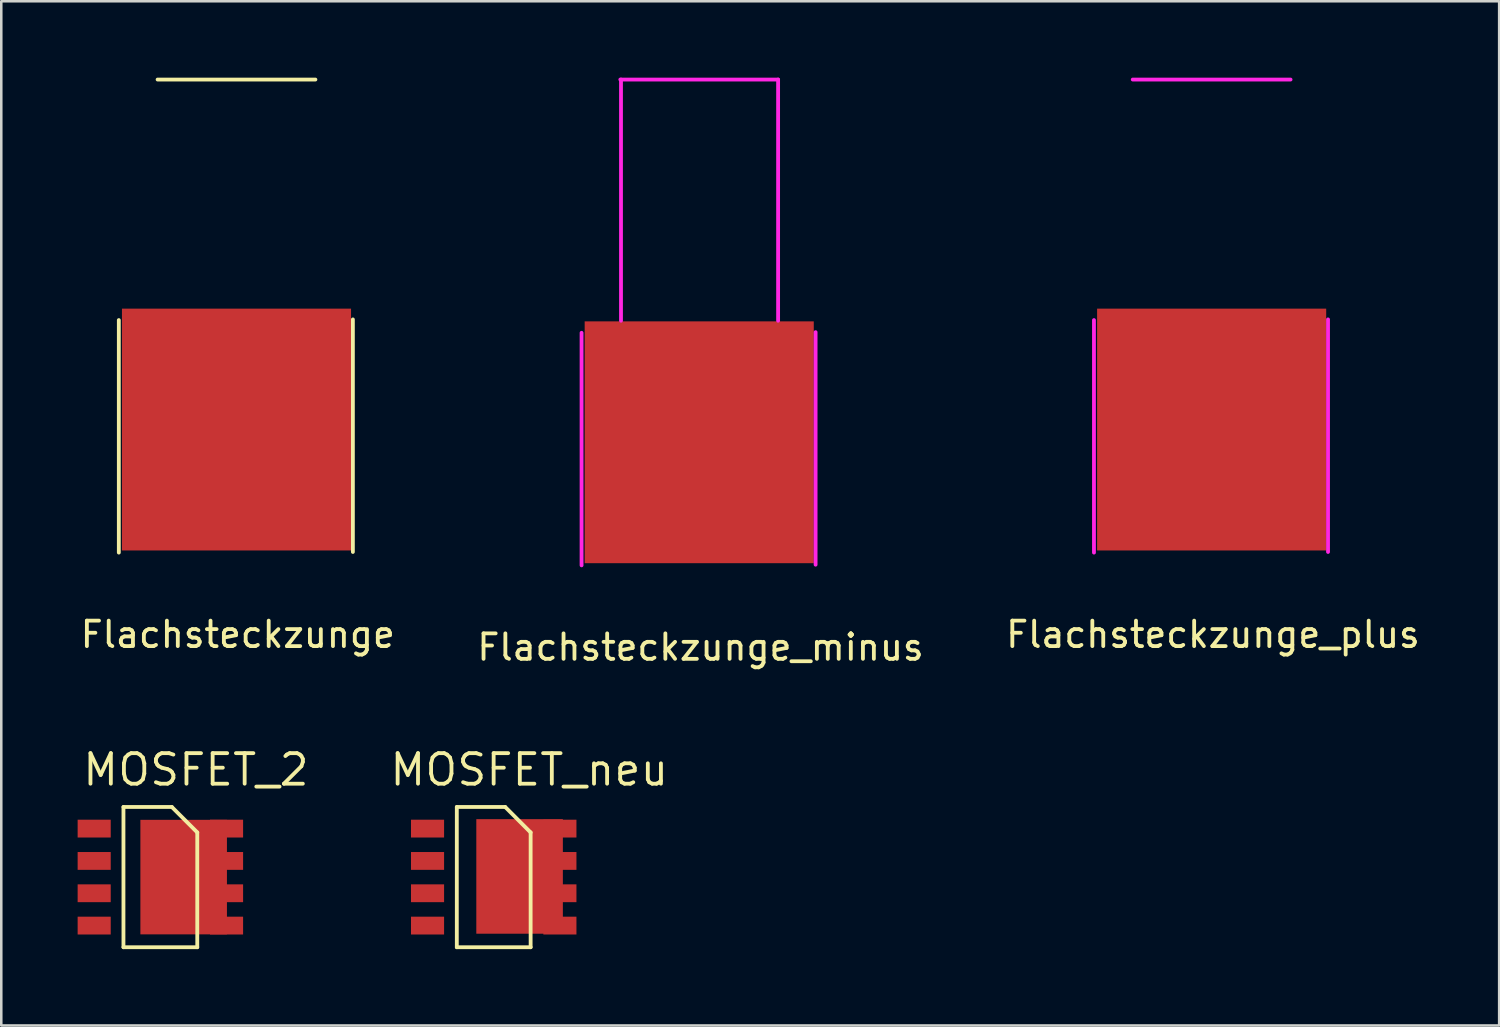
<source format=kicad_pcb>
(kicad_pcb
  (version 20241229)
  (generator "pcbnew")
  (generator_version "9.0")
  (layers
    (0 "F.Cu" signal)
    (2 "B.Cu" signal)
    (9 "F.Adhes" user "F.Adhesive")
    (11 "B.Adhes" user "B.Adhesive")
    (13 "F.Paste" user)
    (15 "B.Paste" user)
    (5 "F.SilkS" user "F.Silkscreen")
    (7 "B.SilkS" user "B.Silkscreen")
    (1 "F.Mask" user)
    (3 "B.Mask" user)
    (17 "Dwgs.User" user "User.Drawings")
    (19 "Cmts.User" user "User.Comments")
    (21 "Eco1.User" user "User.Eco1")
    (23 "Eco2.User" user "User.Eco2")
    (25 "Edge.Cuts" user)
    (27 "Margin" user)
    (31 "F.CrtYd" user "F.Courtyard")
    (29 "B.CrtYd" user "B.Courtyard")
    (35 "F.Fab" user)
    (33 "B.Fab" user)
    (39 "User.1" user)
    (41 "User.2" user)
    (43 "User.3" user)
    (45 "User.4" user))
  (footprint "MOSFET_2"
    (layer "F.Cu")
    (at 0.634 29.527)
    (property "Reference" "MOSFET_2" (at 4.013 -2.337 0) (layer "F.SilkS") (effects (font (size 1.2 1.2) (thickness 0.15))))
    (attr through_hole)
    (fp_line (start 1.166 -0.875) (end 1.166 4.635) (stroke (width 0.15) (type solid)) (layer "F.SilkS"))
    (fp_line (start 1.166 4.635) (end 4.066 4.635) (stroke (width 0.15) (type solid)) (layer "F.SilkS"))
    (fp_line (start 3.066 -0.875) (end 1.166 -0.875) (stroke (width 0.15) (type solid)) (layer "F.SilkS"))
    (fp_line (start 4.066 0.125) (end 3.066 -0.875) (stroke (width 0.15) (type solid)) (layer "F.SilkS"))
    (fp_line (start 4.066 4.635) (end 4.066 0.125) (stroke (width 0.15) (type solid)) (layer "F.SilkS"))
    (pad "1" smd rect (at 0.016 -0.025 270) (size 0.7 1.3) (layers "F.Cu" "F.Mask" "F.Paste"))
    (pad "2" smd rect (at 0.016 1.245 270) (size 0.7 1.3) (layers "F.Cu" "F.Mask" "F.Paste"))
    (pad "3" smd rect (at 0.016 2.515 270) (size 0.7 1.3) (layers "F.Cu" "F.Mask" "F.Paste"))
    (pad "4" smd rect (at 0.016 3.785 270) (size 0.7 1.3) (layers "F.Cu" "F.Mask" "F.Paste"))
    (pad "5" smd rect (at 5.216 3.785 270) (size 0.7 1.3) (layers "F.Cu" "F.Mask" "F.Paste"))
    (pad "6" smd rect (at 5.216 2.515 270) (size 0.7 1.3) (layers "F.Cu" "F.Mask" "F.Paste"))
    (pad "7" smd rect (at 5.216 1.245 270) (size 0.7 1.3) (layers "F.Cu" "F.Mask" "F.Paste"))
    (pad "8" smd rect (at 3.531 1.88) (size 3.4 4.5) (layers "F.Cu" "F.Mask" "F.Paste"))
    (pad "8" smd rect (at 5.216 -0.025 270) (size 0.7 1.3) (layers "F.Cu" "F.Mask" "F.Paste")))
  (footprint "Flachsteckzunge_minus"
    (layer "F.Cu")
    (at 24.521 9.55)
    (property "Reference" "Flachsteckzunge_minus" (at -0.051 12.827 0) (layer "F.SilkS") (effects (font (size 1 1) (thickness 0.15))))
    (attr through_hole)
    (fp_line (start -4.724 9.61) (end -4.724 0.474) (stroke (width 0.15) (type solid)) (layer "F.CrtYd"))
    (fp_line (start -3.175 -9.474) (end -3.175 0) (stroke (width 0.15) (type solid)) (layer "F.CrtYd"))
    (fp_line (start 2.997 -9.474) (end 2.997 0) (stroke (width 0.15) (type solid)) (layer "F.CrtYd"))
    (fp_line (start 2.998 -9.475) (end -3.202 -9.475) (stroke (width 0.15) (type solid)) (layer "F.CrtYd"))
    (fp_line (start 4.47 9.584) (end 4.47 0.449) (stroke (width 0.15) (type solid)) (layer "F.CrtYd"))
    (pad "1" smd rect (at -0.102 4.775) (size 9 9.5) (layers "F.Cu" "F.Mask" "F.Paste")))
  (footprint "Flachsteckzunge"
    (layer "F.Cu")
    (at 6.241 9.075)
    (property "Reference" "Flachsteckzunge" (at 0.051 12.802 0) (layer "F.SilkS") (effects (font (size 1 1) (thickness 0.15))))
    (attr through_hole)
    (fp_line (start -4.623 9.584) (end -4.623 0.449) (stroke (width 0.15) (type solid)) (layer "F.SilkS"))
    (fp_line (start 3.1 -9) (end -3.1 -9) (stroke (width 0.15) (type solid)) (layer "F.SilkS"))
    (fp_line (start 4.572 9.559) (end 4.572 0.423) (stroke (width 0.15) (type solid)) (layer "F.SilkS"))
    (pad "1" smd rect (at 0 4.75) (size 9 9.5) (layers "F.Cu" "F.Mask" "F.Paste")))
  (footprint "MOSFET_neu"
    (layer "F.Cu")
    (at 13.73 29.527)
    (property "Reference" "MOSFET_neu" (at 4.013 -2.337 0) (layer "F.SilkS") (effects (font (size 1.2 1.2) (thickness 0.15))))
    (attr through_hole)
    (fp_line (start 1.166 -0.875) (end 1.166 4.635) (stroke (width 0.15) (type solid)) (layer "F.SilkS"))
    (fp_line (start 1.166 4.635) (end 4.066 4.635) (stroke (width 0.15) (type solid)) (layer "F.SilkS"))
    (fp_line (start 3.066 -0.875) (end 1.166 -0.875) (stroke (width 0.15) (type solid)) (layer "F.SilkS"))
    (fp_line (start 4.066 0.125) (end 3.066 -0.875) (stroke (width 0.15) (type solid)) (layer "F.SilkS"))
    (fp_line (start 4.066 4.635) (end 4.066 0.125) (stroke (width 0.15) (type solid)) (layer "F.SilkS"))
    (pad "1" smd rect (at 0.016 -0.025 270) (size 0.7 1.3) (layers "F.Cu" "F.Mask" "F.Paste"))
    (pad "2" smd rect (at 0.016 1.245 270) (size 0.7 1.3) (layers "F.Cu" "F.Mask" "F.Paste"))
    (pad "3" smd rect (at 0.016 2.515 270) (size 0.7 1.3) (layers "F.Cu" "F.Mask" "F.Paste"))
    (pad "4" smd rect (at 0.016 3.785 270) (size 0.7 1.3) (layers "F.Cu" "F.Mask" "F.Paste"))
    (pad "5" smd rect (at 5.216 3.785 270) (size 0.7 1.3) (layers "F.Cu" "F.Mask" "F.Paste"))
    (pad "6" smd rect (at 5.216 2.515 270) (size 0.7 1.3) (layers "F.Cu" "F.Mask" "F.Paste"))
    (pad "7" smd rect (at 5.216 1.245 270) (size 0.7 1.3) (layers "F.Cu" "F.Mask" "F.Paste"))
    (pad "8" smd rect (at 3.632 1.854) (size 3.4 4.5) (layers "F.Cu" "F.Mask" "F.Paste"))
    (pad "8" smd rect (at 5.216 -0.025 270) (size 0.7 1.3) (layers "F.Cu" "F.Mask" "F.Paste")))
  (footprint "Flachsteckzunge_plus"
    (layer "F.Cu")
    (at 44.55 9.075)
    (property "Reference" "Flachsteckzunge_plus" (at 0.051 12.802 0) (layer "F.SilkS") (effects (font (size 1 1) (thickness 0.15))))
    (attr through_hole)
    (fp_line (start -4.623 9.584) (end -4.623 0.449) (stroke (width 0.15) (type solid)) (layer "F.CrtYd"))
    (fp_line (start 3.1 -9) (end -3.1 -9) (stroke (width 0.15) (type solid)) (layer "F.CrtYd"))
    (fp_line (start 4.572 9.559) (end 4.572 0.423) (stroke (width 0.15) (type solid)) (layer "F.CrtYd"))
    (pad "1" smd rect (at 0 4.75) (size 9 9.5) (layers "F.Cu" "F.Mask" "F.Paste")))
  (gr_rect
    (start -3 -3)
    (end 55.845 37.237)
    (stroke (width 0.1) (type default))
    (fill no)
    (layer "Edge.Cuts")))
</source>
